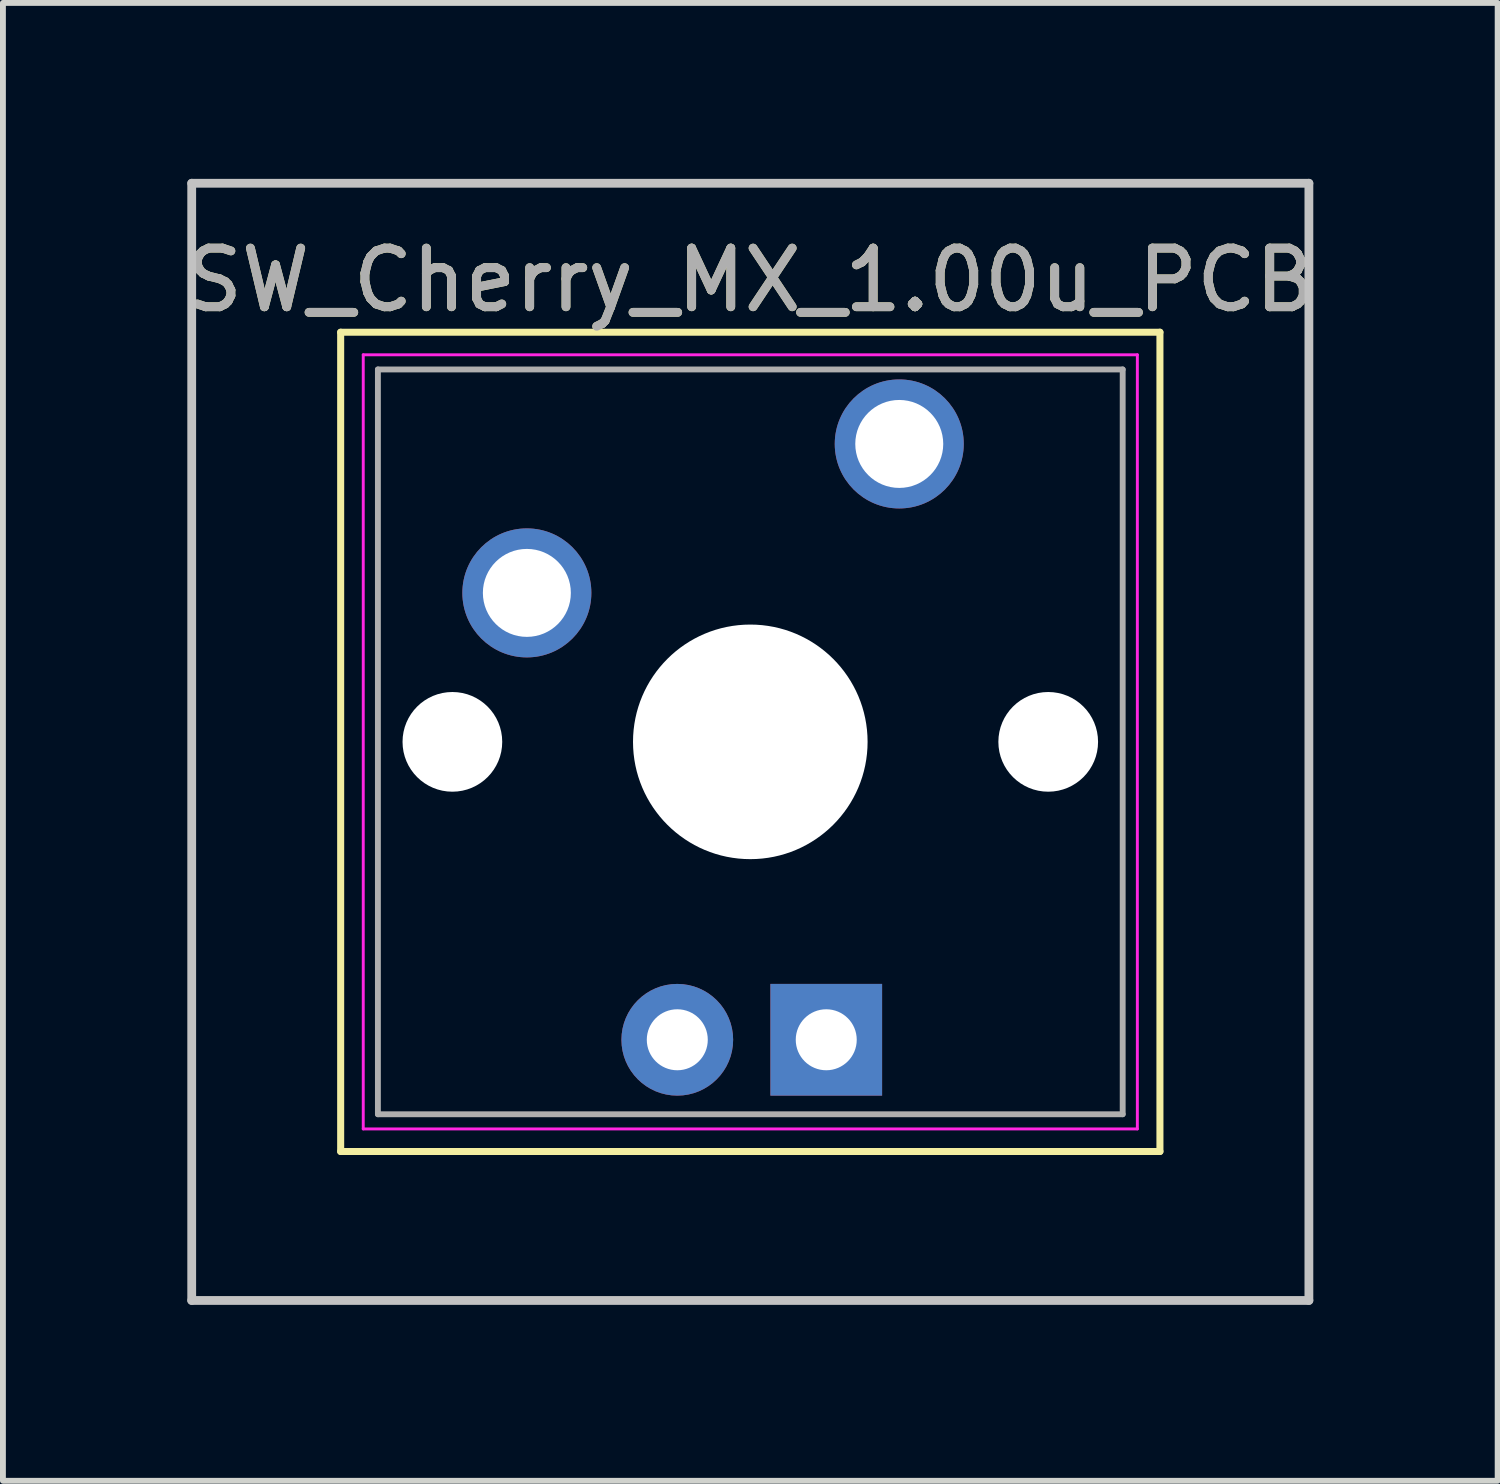
<source format=kicad_pcb>
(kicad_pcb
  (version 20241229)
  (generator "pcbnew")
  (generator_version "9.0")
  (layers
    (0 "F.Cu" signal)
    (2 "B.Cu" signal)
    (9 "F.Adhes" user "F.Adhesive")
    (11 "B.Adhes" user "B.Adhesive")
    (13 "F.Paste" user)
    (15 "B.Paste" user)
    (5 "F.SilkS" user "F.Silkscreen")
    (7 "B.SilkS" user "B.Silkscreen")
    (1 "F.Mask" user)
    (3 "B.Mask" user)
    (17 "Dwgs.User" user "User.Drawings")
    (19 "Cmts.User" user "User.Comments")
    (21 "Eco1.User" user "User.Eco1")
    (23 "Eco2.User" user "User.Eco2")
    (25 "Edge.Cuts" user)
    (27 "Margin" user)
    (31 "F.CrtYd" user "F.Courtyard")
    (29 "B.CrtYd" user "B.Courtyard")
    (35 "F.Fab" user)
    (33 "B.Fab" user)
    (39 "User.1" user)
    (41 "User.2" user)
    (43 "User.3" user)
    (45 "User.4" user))
  (footprint "SW_Cherry_MX_1.00u_PCB"
    (layer "F.Cu")
    (at 9.769 9.6)
    (property "Reference" "SW_Cherry_MX_1.00u_PCB" (at -0.025 -7.874 0) (layer "F.SilkS") (effects (font (size 1 1) (thickness 0.15))))
    (attr through_hole)
    (fp_line (start -7.01 -6.985) (end 6.96 -6.985) (stroke (width 0.12) (type solid)) (layer "F.SilkS"))
    (fp_line (start -7.01 6.985) (end -7.01 -6.985) (stroke (width 0.12) (type solid)) (layer "F.SilkS"))
    (fp_line (start 6.96 -6.985) (end 6.96 6.985) (stroke (width 0.12) (type solid)) (layer "F.SilkS"))
    (fp_line (start 6.96 6.985) (end -7.01 6.985) (stroke (width 0.12) (type solid)) (layer "F.SilkS"))
    (fp_line (start -9.55 -9.525) (end 9.5 -9.525) (stroke (width 0.15) (type solid)) (layer "Dwgs.User"))
    (fp_line (start -9.55 9.525) (end -9.55 -9.525) (stroke (width 0.15) (type solid)) (layer "Dwgs.User"))
    (fp_line (start 9.5 -9.525) (end 9.5 9.525) (stroke (width 0.15) (type solid)) (layer "Dwgs.User"))
    (fp_line (start 9.5 9.525) (end -9.55 9.525) (stroke (width 0.15) (type solid)) (layer "Dwgs.User"))
    (fp_line (start -6.625 -6.6) (end 6.575 -6.6) (stroke (width 0.05) (type solid)) (layer "F.CrtYd"))
    (fp_line (start -6.625 6.6) (end -6.625 -6.6) (stroke (width 0.05) (type solid)) (layer "F.CrtYd"))
    (fp_line (start 6.575 -6.6) (end 6.575 6.6) (stroke (width 0.05) (type solid)) (layer "F.CrtYd"))
    (fp_line (start 6.575 6.6) (end -6.625 6.6) (stroke (width 0.05) (type solid)) (layer "F.CrtYd"))
    (fp_line (start -6.375 -6.35) (end 6.325 -6.35) (stroke (width 0.1) (type solid)) (layer "F.Fab"))
    (fp_line (start -6.375 6.35) (end -6.375 -6.35) (stroke (width 0.1) (type solid)) (layer "F.Fab"))
    (fp_line (start 6.325 -6.35) (end 6.325 6.35) (stroke (width 0.1) (type solid)) (layer "F.Fab"))
    (fp_line (start 6.325 6.35) (end -6.375 6.35) (stroke (width 0.1) (type solid)) (layer "F.Fab"))
    (fp_text user "${REFERENCE}" (at -0.025 -7.874 0) (layer "F.Fab") (effects (font (size 1 1) (thickness 0.15))))
    (pad "" np_thru_hole circle (at -5.105 0) (size 1.7 1.7) (drill 1.7) (layers "*.Cu" "*.Mask"))
    (pad "" np_thru_hole circle (at -0.025 0) (size 4 4) (drill 4) (layers "*.Cu" "*.Mask"))
    (pad "" np_thru_hole circle (at 5.055 0) (size 1.7 1.7) (drill 1.7) (layers "*.Cu" "*.Mask"))
    (pad "1" thru_hole circle (at 2.515 -5.08) (size 2.2 2.2) (drill 1.5) (layers "*.Cu" "*.Mask"))
    (pad "2" thru_hole circle (at -3.835 -2.54) (size 2.2 2.2) (drill 1.5) (layers "*.Cu" "*.Mask"))
    (pad "3" thru_hole circle (at -1.27 5.08) (size 1.905 1.905) (drill 1.04) (layers "*.Cu" "*.Mask"))
    (pad "4" thru_hole rect (at 1.27 5.08) (size 1.905 1.905) (drill 1.04) (layers "*.Cu" "*.Mask")))
  (gr_rect
    (start -3 -3)
    (end 22.488 22.2)
    (stroke (width 0.1) (type default))
    (fill no)
    (layer "Edge.Cuts")))
</source>
